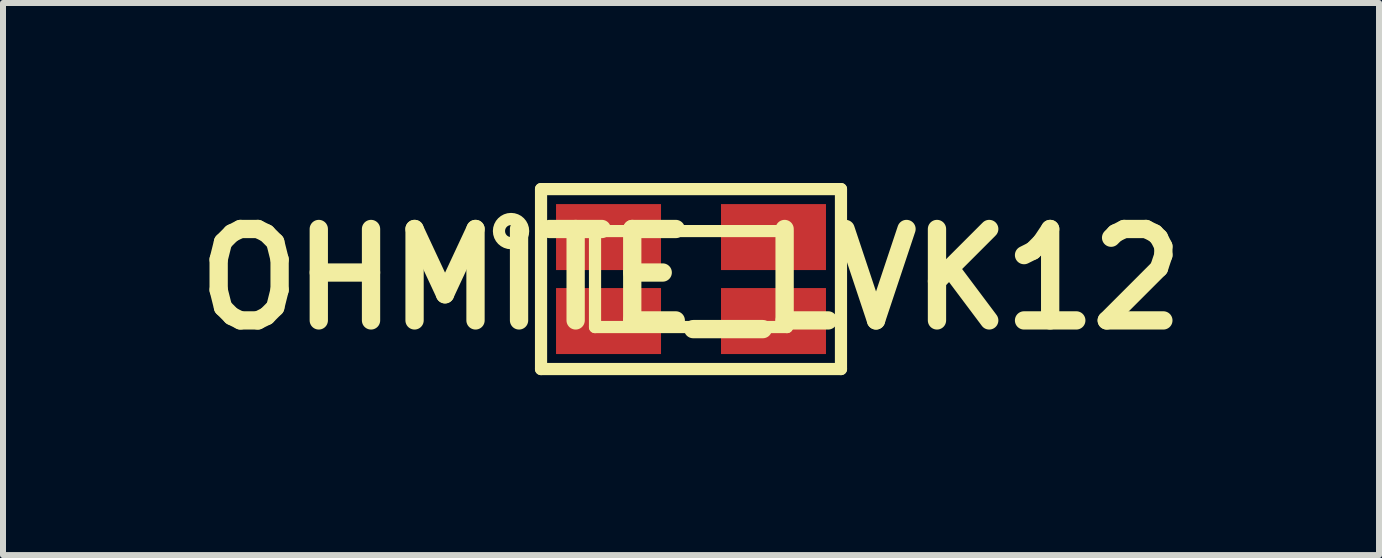
<source format=kicad_pcb>
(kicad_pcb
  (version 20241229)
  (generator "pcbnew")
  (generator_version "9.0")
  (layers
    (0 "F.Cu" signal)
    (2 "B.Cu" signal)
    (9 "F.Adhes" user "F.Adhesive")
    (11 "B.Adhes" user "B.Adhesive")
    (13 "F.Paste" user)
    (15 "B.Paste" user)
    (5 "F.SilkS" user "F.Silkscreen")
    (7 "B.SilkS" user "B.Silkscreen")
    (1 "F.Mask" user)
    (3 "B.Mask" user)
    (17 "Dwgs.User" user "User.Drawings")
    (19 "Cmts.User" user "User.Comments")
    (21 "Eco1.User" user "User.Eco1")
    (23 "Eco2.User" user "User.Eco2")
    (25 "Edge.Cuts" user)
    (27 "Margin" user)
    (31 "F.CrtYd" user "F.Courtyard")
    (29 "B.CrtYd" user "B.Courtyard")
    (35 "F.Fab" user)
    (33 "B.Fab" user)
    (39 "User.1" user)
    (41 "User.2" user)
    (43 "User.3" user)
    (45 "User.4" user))
  (footprint "OHMITE_LVK12"
    (layer "F.Cu")
    (at 8.469 1.602)
    (property "Reference" "OHMITE_LVK12" (at 0 0 0) (layer "F.SilkS") (effects (font (size 1.524 1.524) (thickness 0.305))))
    (attr through_hole)
    (fp_line (start -2.5 -1.5) (end 2.5 -1.5) (stroke (width 0.203) (type solid)) (layer "F.SilkS"))
    (fp_line (start -2.5 1.5) (end -2.5 -1.5) (stroke (width 0.203) (type solid)) (layer "F.SilkS"))
    (fp_line (start -1.6 -0.8) (end 1.6 -0.8) (stroke (width 0.203) (type solid)) (layer "F.SilkS"))
    (fp_line (start -1.6 0.8) (end -1.6 -0.8) (stroke (width 0.203) (type solid)) (layer "F.SilkS"))
    (fp_line (start 1.6 -0.8) (end 1.6 0.8) (stroke (width 0.203) (type solid)) (layer "F.SilkS"))
    (fp_line (start 1.6 0.8) (end -1.6 0.8) (stroke (width 0.203) (type solid)) (layer "F.SilkS"))
    (fp_line (start 2.5 -1.5) (end 2.5 1.5) (stroke (width 0.203) (type solid)) (layer "F.SilkS"))
    (fp_line (start 2.5 1.5) (end -2.5 1.5) (stroke (width 0.203) (type solid)) (layer "F.SilkS"))
    (fp_circle (center -3 -0.8) (end -2.9 -0.8) (stroke (width 0.203) (type solid)) (fill no) (layer "F.SilkS"))
    (pad "I1" smd rect (at -1.375 0.7) (size 1.75 1.1) (layers "F.Cu" "F.Mask" "F.Paste"))
    (pad "I2" smd rect (at 1.375 0.7) (size 1.75 1.1) (layers "F.Cu" "F.Mask" "F.Paste"))
    (pad "V1" smd rect (at -1.375 -0.7) (size 1.75 1.1) (layers "F.Cu" "F.Mask" "F.Paste"))
    (pad "V2" smd rect (at 1.375 -0.7) (size 1.75 1.1) (layers "F.Cu" "F.Mask" "F.Paste")))
  (gr_rect
    (start -3 -3)
    (end 19.938 6.203)
    (stroke (width 0.1) (type default))
    (fill no)
    (layer "Edge.Cuts")))
</source>
